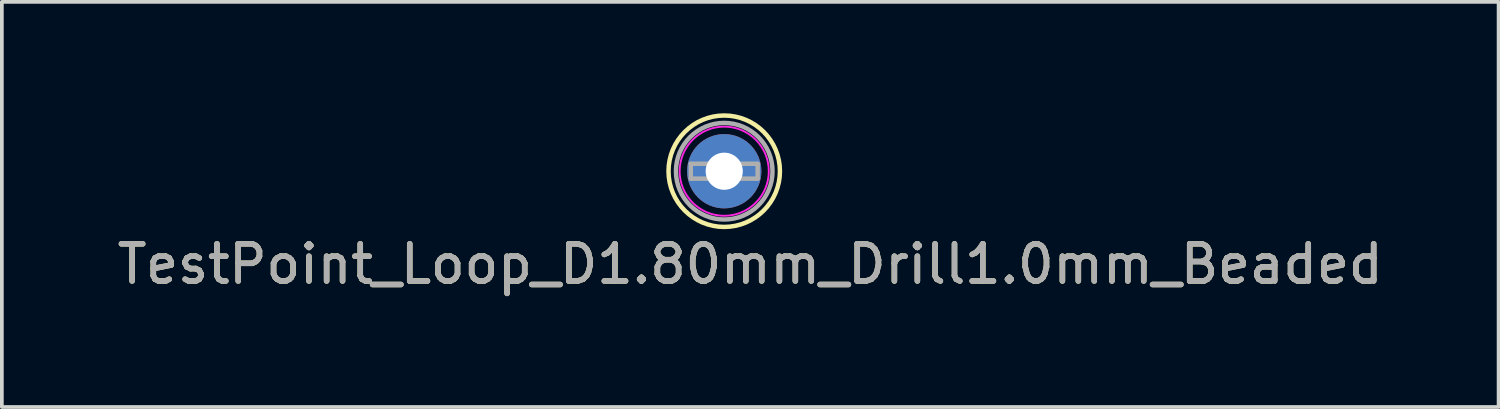
<source format=kicad_pcb>
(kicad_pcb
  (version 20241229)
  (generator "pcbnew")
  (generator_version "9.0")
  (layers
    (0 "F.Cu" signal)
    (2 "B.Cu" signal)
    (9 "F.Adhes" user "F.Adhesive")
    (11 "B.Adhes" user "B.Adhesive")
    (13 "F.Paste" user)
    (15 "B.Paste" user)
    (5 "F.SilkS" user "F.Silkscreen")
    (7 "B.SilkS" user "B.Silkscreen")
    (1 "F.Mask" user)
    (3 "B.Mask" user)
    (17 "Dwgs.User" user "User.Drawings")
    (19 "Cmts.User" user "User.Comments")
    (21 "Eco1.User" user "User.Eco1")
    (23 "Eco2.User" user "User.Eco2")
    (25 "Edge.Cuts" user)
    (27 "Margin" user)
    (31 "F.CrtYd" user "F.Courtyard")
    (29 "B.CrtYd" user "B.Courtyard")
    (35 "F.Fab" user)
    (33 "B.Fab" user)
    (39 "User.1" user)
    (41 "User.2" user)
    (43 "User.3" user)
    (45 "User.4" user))
  (footprint "TestPoint_Loop_D1.80mm_Drill1.0mm_Beaded"
    (layer "F.Cu")
    (at 16.449 1.56)
    (property "Reference" "TestPoint_Loop_D1.80mm_Drill1.0mm_Beaded" (at 0.7 2.5 0) (layer "F.SilkS") (effects (font (size 1 1) (thickness 0.15))))
    (attr through_hole)
    (fp_circle (center 0 0) (end 1.5 0) (stroke (width 0.12) (type solid)) (fill no) (layer "F.SilkS"))
    (fp_circle (center 0 0) (end 1.2 0) (stroke (width 0.05) (type solid)) (fill no) (layer "F.CrtYd"))
    (fp_line (start -0.9 -0.2) (end 0.9 -0.2) (stroke (width 0.12) (type solid)) (layer "F.Fab"))
    (fp_line (start -0.9 0.2) (end -0.9 -0.2) (stroke (width 0.12) (type solid)) (layer "F.Fab"))
    (fp_line (start 0.9 -0.2) (end 0.9 0.2) (stroke (width 0.12) (type solid)) (layer "F.Fab"))
    (fp_line (start 0.9 0.2) (end -0.9 0.2) (stroke (width 0.12) (type solid)) (layer "F.Fab"))
    (fp_circle (center 0 0) (end 1.3 0) (stroke (width 0.12) (type solid)) (fill no) (layer "F.Fab"))
    (fp_text user "${REFERENCE}" (at 0.7 2.5 0) (layer "F.Fab") (effects (font (size 1 1) (thickness 0.15))))
    (pad "1" thru_hole circle (at 0 0) (size 2 2) (drill 1) (layers "*.Cu" "*.Mask")))
  (gr_rect
    (start -3 -3)
    (end 37.298 7.908)
    (stroke (width 0.1) (type default))
    (fill no)
    (layer "Edge.Cuts")))
</source>
